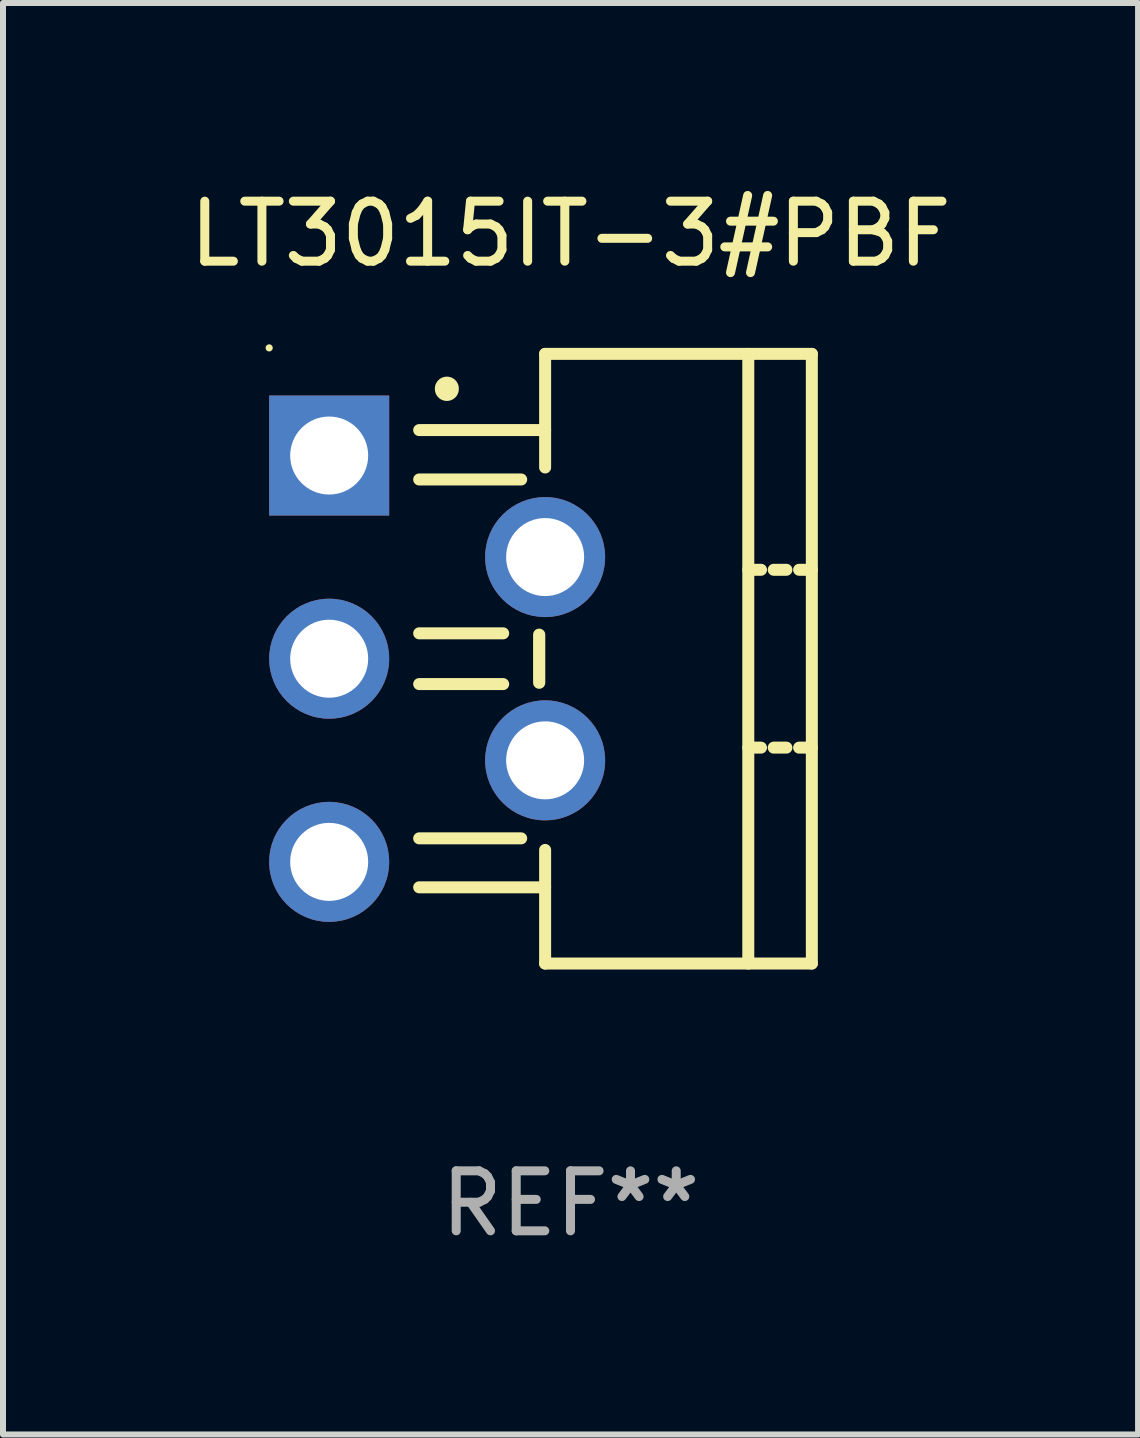
<source format=kicad_pcb>
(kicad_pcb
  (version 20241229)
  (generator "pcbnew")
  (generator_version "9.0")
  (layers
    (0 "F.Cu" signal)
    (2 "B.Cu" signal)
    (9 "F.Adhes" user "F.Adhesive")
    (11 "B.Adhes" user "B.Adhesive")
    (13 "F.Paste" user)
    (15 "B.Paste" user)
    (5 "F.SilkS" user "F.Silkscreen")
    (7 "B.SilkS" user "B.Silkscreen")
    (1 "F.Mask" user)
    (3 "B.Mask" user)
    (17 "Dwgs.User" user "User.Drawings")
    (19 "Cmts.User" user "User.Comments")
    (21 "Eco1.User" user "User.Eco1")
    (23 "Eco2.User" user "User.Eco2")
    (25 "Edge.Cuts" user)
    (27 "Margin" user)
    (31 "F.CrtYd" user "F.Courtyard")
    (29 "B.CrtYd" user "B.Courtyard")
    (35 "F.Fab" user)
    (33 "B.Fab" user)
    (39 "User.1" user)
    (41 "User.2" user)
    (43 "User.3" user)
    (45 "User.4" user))
  (footprint "LT3015IT-3#PBF"
    (layer "F.Cu")
    (at 6.458 7.928)
    (property "Reference" "LT3015IT-3#PBF" (at 0 -7.08 0) (layer "F.SilkS") (effects (font (size 1 1) (thickness 0.15))))
    (attr through_hole)
    (fp_line (start -2.522 -3.81) (end -0.423 -3.81) (stroke (width 0.2) (type solid)) (layer "F.SilkS"))
    (fp_line (start -2.522 -2.987) (end -0.822 -2.987) (stroke (width 0.2) (type solid)) (layer "F.SilkS"))
    (fp_line (start -2.522 -0.423) (end -1.122 -0.423) (stroke (width 0.2) (type solid)) (layer "F.SilkS"))
    (fp_line (start -2.522 0.423) (end -1.122 0.423) (stroke (width 0.2) (type solid)) (layer "F.SilkS"))
    (fp_line (start -2.522 2.994) (end -0.822 2.994) (stroke (width 0.2) (type solid)) (layer "F.SilkS"))
    (fp_line (start -2.522 3.81) (end -0.423 3.81) (stroke (width 0.2) (type solid)) (layer "F.SilkS"))
    (fp_line (start -0.522 0.4) (end -0.522 -0.4) (stroke (width 0.203) (type solid)) (layer "F.SilkS"))
    (fp_line (start -0.423 -5.08) (end 4.022 -5.08) (stroke (width 0.2) (type solid)) (layer "F.SilkS"))
    (fp_line (start -0.423 -3.187) (end -0.423 -5.08) (stroke (width 0.2) (type solid)) (layer "F.SilkS"))
    (fp_line (start -0.423 5.08) (end -0.423 3.187) (stroke (width 0.2) (type solid)) (layer "F.SilkS"))
    (fp_line (start 2.963 -1.482) (end 3.175 -1.482) (stroke (width 0.2) (type solid)) (layer "F.SilkS"))
    (fp_line (start 2.963 1.482) (end 3.175 1.482) (stroke (width 0.2) (type solid)) (layer "F.SilkS"))
    (fp_line (start 2.963 5.08) (end 2.963 -5.08) (stroke (width 0.2) (type solid)) (layer "F.SilkS"))
    (fp_line (start 3.387 -1.482) (end 3.598 -1.482) (stroke (width 0.2) (type solid)) (layer "F.SilkS"))
    (fp_line (start 3.387 1.482) (end 3.598 1.482) (stroke (width 0.2) (type solid)) (layer "F.SilkS"))
    (fp_line (start 3.81 -1.482) (end 4.022 -1.482) (stroke (width 0.2) (type solid)) (layer "F.SilkS"))
    (fp_line (start 3.81 1.482) (end 4.022 1.482) (stroke (width 0.2) (type solid)) (layer "F.SilkS"))
    (fp_line (start 4.022 -5.08) (end 4.022 5.08) (stroke (width 0.2) (type solid)) (layer "F.SilkS"))
    (fp_line (start 4.022 5.08) (end -0.423 5.08) (stroke (width 0.2) (type solid)) (layer "F.SilkS"))
    (fp_arc (start -2.060833 -4.495809) (mid -2.060849 -4.498349) (end -2.060833 -4.500889) (stroke (width 0.4) (type solid)) (layer "F.SilkS"))
    (fp_circle (center -5.022 -5.18) (end -4.992 -5.18) (stroke (width 0.06) (type solid)) (fill no) (layer "F.SilkS"))
    (fp_text user "REF**" (at 0 9.08 0) (layer "F.Fab") (effects (font (size 1 1) (thickness 0.15))))
    (pad "1" thru_hole rect (at -4.022 -3.386 270) (size 2 2) (drill 1.3) (layers "*.Cu" "*.Mask"))
    (pad "2" thru_hole circle (at -0.423 -1.694) (size 2 2) (drill 1.3) (layers "*.Cu" "*.Mask"))
    (pad "3" thru_hole circle (at -4.022 0) (size 2 2) (drill 1.3) (layers "*.Cu" "*.Mask"))
    (pad "4" thru_hole circle (at -0.423 1.694) (size 2 2) (drill 1.3) (layers "*.Cu" "*.Mask"))
    (pad "5" thru_hole circle (at -4.022 3.386) (size 2 2) (drill 1.3) (layers "*.Cu" "*.Mask")))
  (gr_rect
    (start -3 -3)
    (end 15.917 20.857)
    (stroke (width 0.1) (type default))
    (fill no)
    (layer "Edge.Cuts")))
</source>
